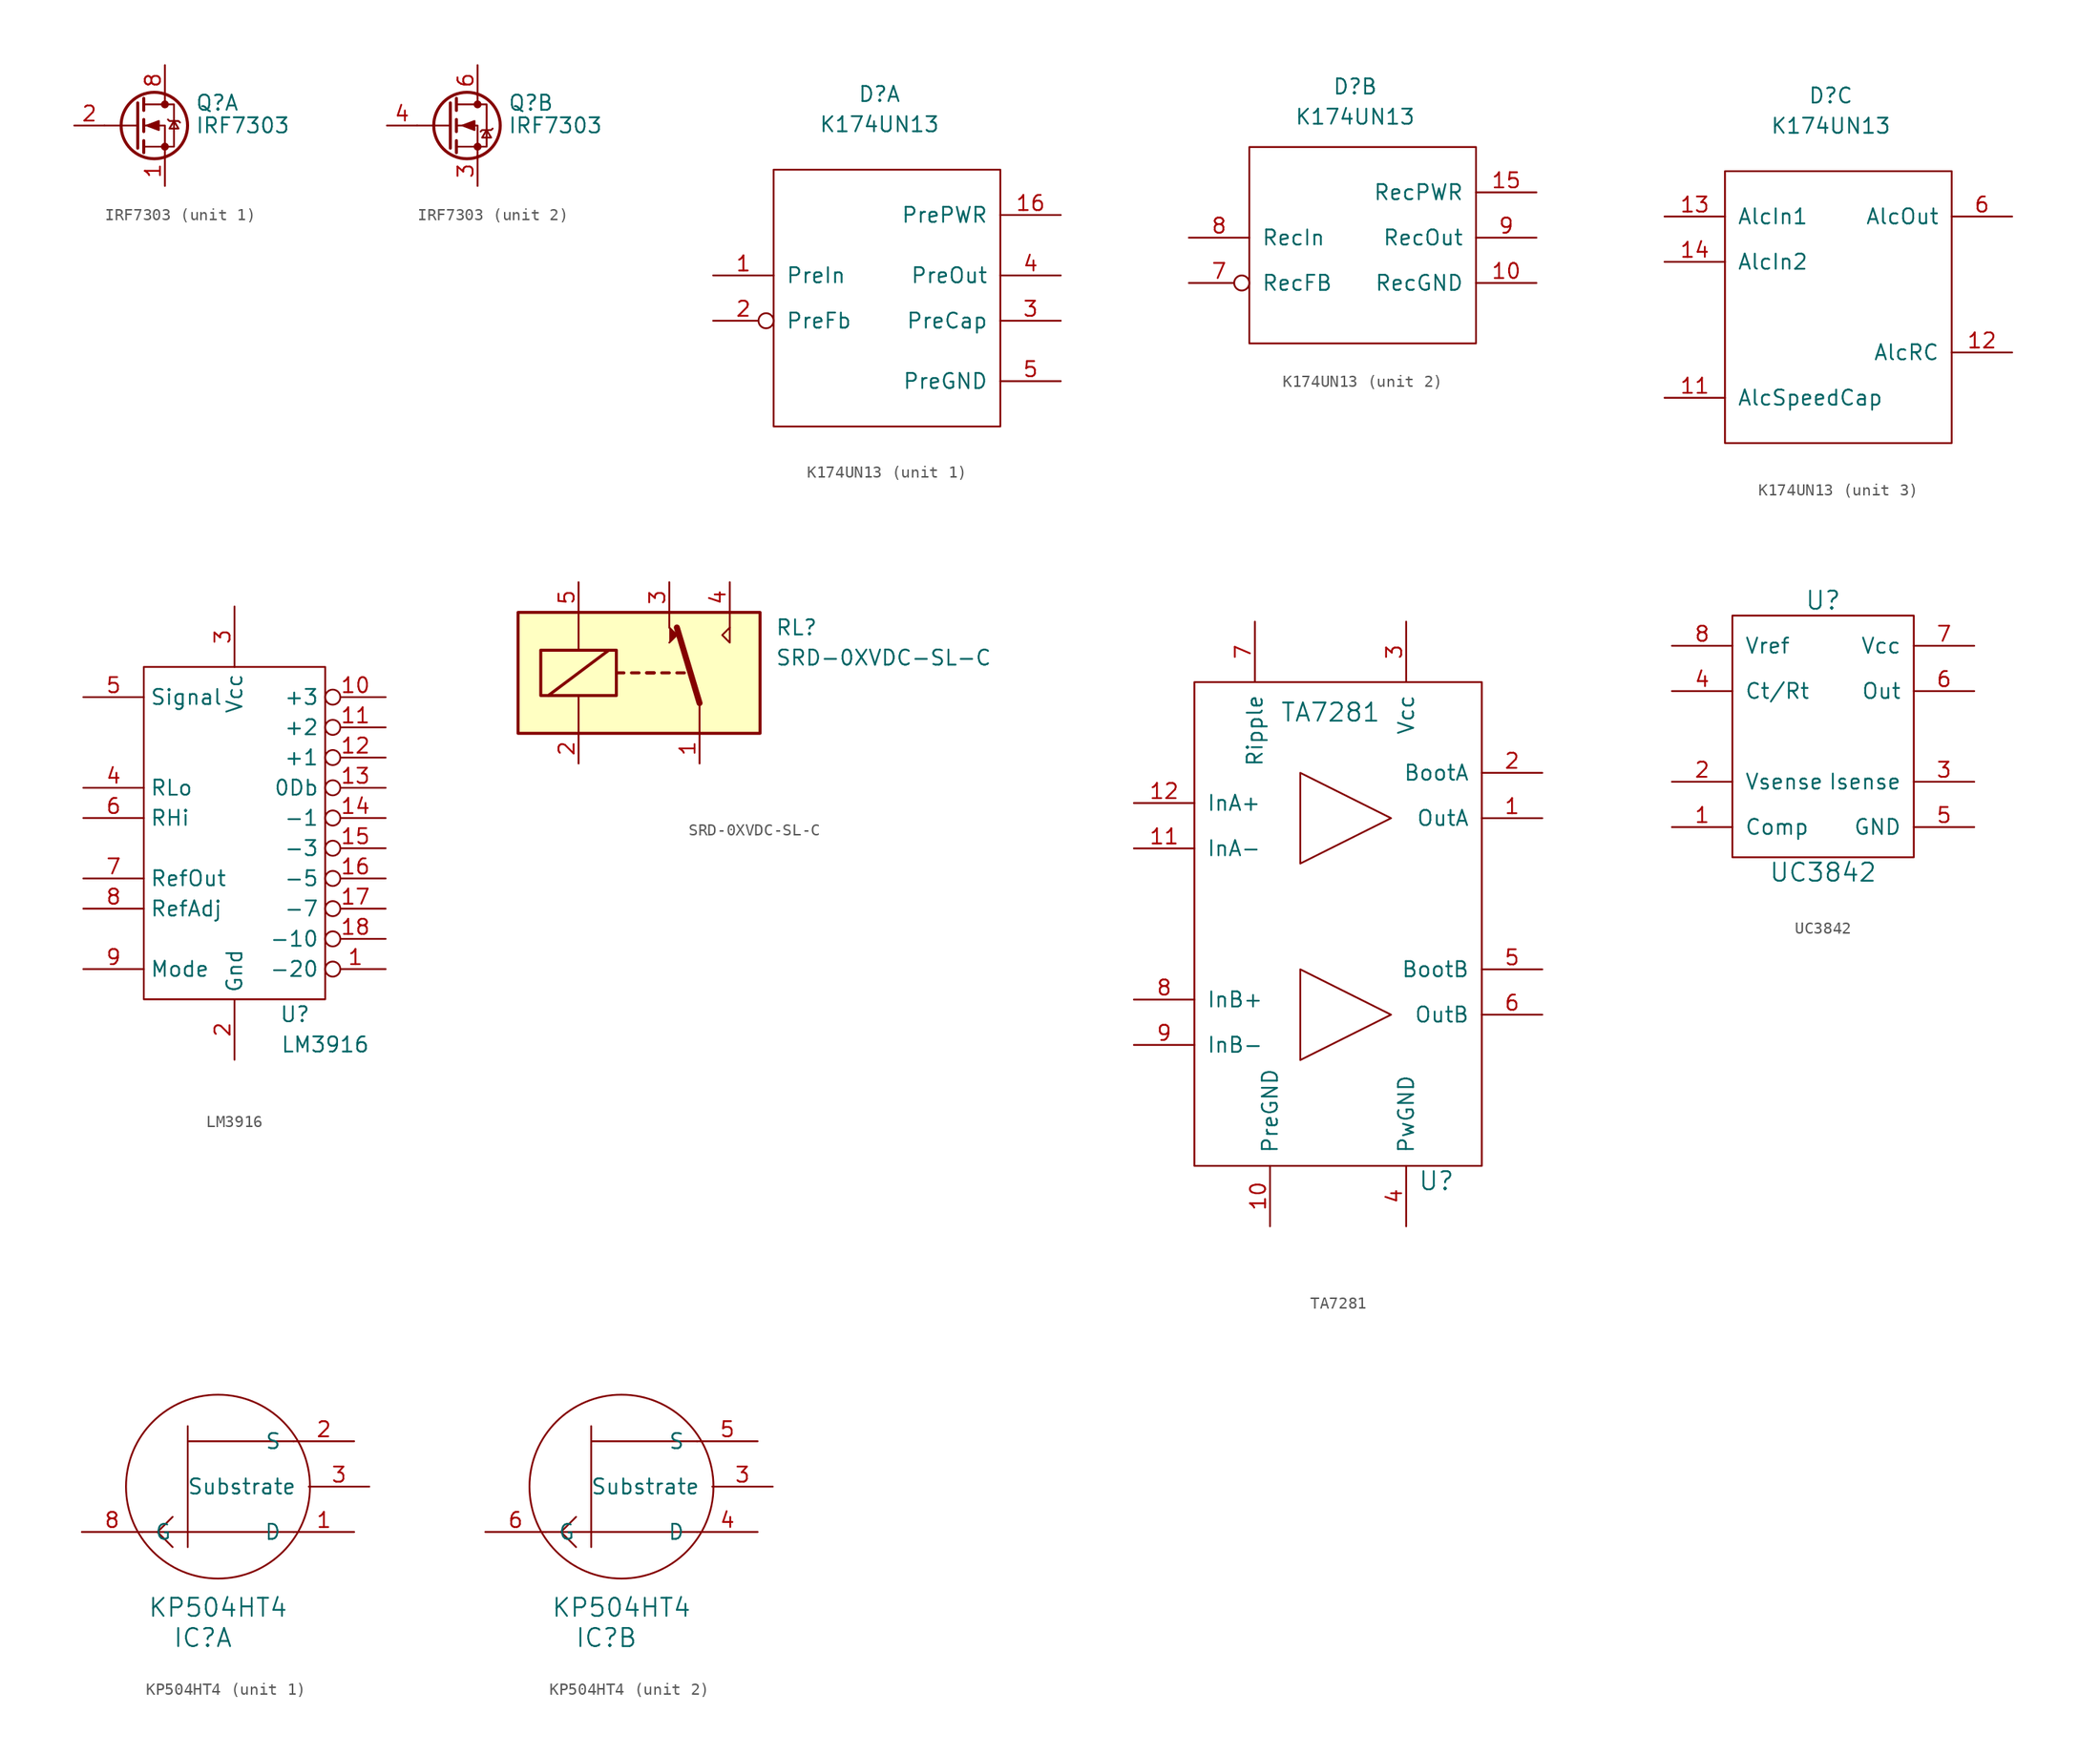
<source format=kicad_sym>
(kicad_symbol_lib
  (version 20211014)
  (generator kicad_symbol_editor)
  (symbol "IRF7303"
    (pin_names hide)
    (property "Reference" "Q"
      (at 5.08 1.905 0)
      (effects (font (size 1.27 1.27)) (justify left)))
    (property "Value" "IRF7303"
      (at 5.08 0 0)
      (effects (font (size 1.27 1.27)) (justify left)))
    (symbol "IRF7303_0_1"
      (polyline (pts (xy 0.254 0) (xy -2.54 0)) (stroke (width 0) (type default) (color 0 0 0 0)) (fill (type none)))
      (polyline (pts (xy 0.254 1.905) (xy 0.254 -1.905)) (stroke (width 0.254) (type default) (color 0 0 0 0)) (fill (type none)))
      (polyline (pts (xy 0.762 -1.27) (xy 0.762 -2.286)) (stroke (width 0.254) (type default) (color 0 0 0 0)) (fill (type none)))
      (polyline (pts (xy 0.762 0.508) (xy 0.762 -0.508)) (stroke (width 0.254) (type default) (color 0 0 0 0)) (fill (type none)))
      (polyline (pts (xy 0.762 2.286) (xy 0.762 1.27)) (stroke (width 0.254) (type default) (color 0 0 0 0)) (fill (type none)))
      (polyline (pts (xy 2.54 2.54) (xy 2.54 1.778)) (stroke (width 0) (type default) (color 0 0 0 0)) (fill (type none)))
      (polyline (pts (xy 2.54 -2.54) (xy 2.54 0) (xy 0.762 0)) (stroke (width 0) (type default) (color 0 0 0 0)) (fill (type none)))
      (polyline (pts (xy 0.762 -1.778) (xy 3.302 -1.778) (xy 3.302 1.778) (xy 0.762 1.778)) (stroke (width 0) (type default) (color 0 0 0 0)) (fill (type none)))
      (circle (center 1.651 0) (radius 2.794) (stroke (width 0.254) (type default) (color 0 0 0 0)) (fill (type none)))
      (circle (center 2.54 -1.778) (radius 0.254) (stroke (width 0) (type default) (color 0 0 0 0)) (fill (type outline)))
      (circle (center 2.54 1.778) (radius 0.254) (stroke (width 0) (type default) (color 0 0 0 0)) (fill (type outline))))
    (symbol "IRF7303_1_1"
      (polyline (pts (xy 1.016 0) (xy 2.032 0.381) (xy 2.032 -0.381) (xy 1.016 0)) (stroke (width 0) (type default) (color 0 0 0 0)) (fill (type outline)))
      (polyline (pts (xy 2.794 0.508) (xy 2.921 0.381) (xy 3.683 0.381) (xy 3.81 0.254)) (stroke (width 0) (type default) (color 0 0 0 0)) (fill (type none)))
      (polyline (pts (xy 3.302 0.381) (xy 2.921 -0.254) (xy 3.683 -0.254) (xy 3.302 0.381)) (stroke (width 0) (type default) (color 0 0 0 0)) (fill (type none)))
      (pin passive line (at 2.54 -5.08 90) (length 2.54) (name "S" (effects (font (size 1.27 1.27)))) (number "1" (effects (font (size 1.27 1.27)))))
      (pin input line (at -5.08 0 0) (length 2.54) (name "G" (effects (font (size 1.27 1.27)))) (number "2" (effects (font (size 1.27 1.27)))))
      (pin passive line (at 2.54 5.08 270) (length 2.54) hide (name "D" (effects (font (size 1.27 1.27)))) (number "7" (effects (font (size 1.27 1.27)))))
      (pin passive line (at 2.54 5.08 270) (length 2.54) (name "D" (effects (font (size 1.27 1.27)))) (number "8" (effects (font (size 1.27 1.27))))))
    (symbol "IRF7303_2_1"
      (polyline (pts (xy 1.27 0) (xy 2.286 0.381) (xy 2.286 -0.381) (xy 1.27 0)) (stroke (width 0) (type default) (color 0 0 0 0)) (fill (type outline)))
      (polyline (pts (xy 2.794 -0.508) (xy 2.921 -0.381) (xy 3.683 -0.381) (xy 3.81 -0.254)) (stroke (width 0) (type default) (color 0 0 0 0)) (fill (type none)))
      (polyline (pts (xy 3.302 -0.381) (xy 2.921 -1.016) (xy 3.683 -1.016) (xy 3.302 -0.381)) (stroke (width 0) (type default) (color 0 0 0 0)) (fill (type none)))
      (pin passive line (at 2.54 -5.08 90) (length 2.54) (name "1" (effects (font (size 1.27 1.27)))) (number "3" (effects (font (size 1.27 1.27)))))
      (pin input line (at -5.08 0 0) (length 2.54) (name "G" (effects (font (size 1.27 1.27)))) (number "4" (effects (font (size 1.27 1.27)))))
      (pin passive line (at 2.54 5.08 270) (length 2.54) hide (name "D" (effects (font (size 1.27 1.27)))) (number "5" (effects (font (size 1.27 1.27)))))
      (pin passive line (at 2.54 5.08 270) (length 2.54) (name "D" (effects (font (size 1.27 1.27)))) (number "6" (effects (font (size 1.27 1.27)))))))
  (symbol "K174UN13"
    (pin_names
      (offset 1.016))
    (property "Reference" "D"
      (at 0 21.59 0)
      (effects (font (size 1.27 1.27))))
    (property "Value" "K174UN13"
      (at 0 19.05 0)
      (effects (font (size 1.27 1.27))))
    (property "ki_locked" ""
      (at 0 0 0)
      (effects (font (size 1.27 1.27))))
    (symbol "K174UN13_1_1"
      (rectangle (start -8.89 15.24) (end 10.16 -6.35) (stroke (width 0) (type default) (color 0 0 0 0)) (fill (type none)))
      (pin input line (at -13.97 6.35 0) (length 5.08) (name "PreIn" (effects (font (size 1.27 1.27)))) (number "1" (effects (font (size 1.27 1.27)))))
      (pin power_in line (at 15.24 11.43 180) (length 5.08) (name "PrePWR" (effects (font (size 1.27 1.27)))) (number "16" (effects (font (size 1.27 1.27)))))
      (pin input inverted (at -13.97 2.54 0) (length 5.08) (name "PreFb" (effects (font (size 1.27 1.27)))) (number "2" (effects (font (size 1.27 1.27)))))
      (pin output line (at 15.24 2.54 180) (length 5.08) (name "PreCap" (effects (font (size 1.27 1.27)))) (number "3" (effects (font (size 1.27 1.27)))))
      (pin output line (at 15.24 6.35 180) (length 5.08) (name "PreOut" (effects (font (size 1.27 1.27)))) (number "4" (effects (font (size 1.27 1.27)))))
      (pin power_in line (at 15.24 -2.54 180) (length 5.08) (name "PreGND" (effects (font (size 1.27 1.27)))) (number "5" (effects (font (size 1.27 1.27))))))
    (symbol "K174UN13_2_1"
      (rectangle (start 10.16 0) (end -8.89 16.51) (stroke (width 0) (type default) (color 0 0 0 0)) (fill (type none)))
      (pin power_in line (at 15.24 5.08 180) (length 5.08) (name "RecGND" (effects (font (size 1.27 1.27)))) (number "10" (effects (font (size 1.27 1.27)))))
      (pin power_in line (at 15.24 12.7 180) (length 5.08) (name "RecPWR" (effects (font (size 1.27 1.27)))) (number "15" (effects (font (size 1.27 1.27)))))
      (pin input inverted (at -13.97 5.08 0) (length 5.08) (name "RecFB" (effects (font (size 1.27 1.27)))) (number "7" (effects (font (size 1.27 1.27)))))
      (pin input line (at -13.97 8.89 0) (length 5.08) (name "RecIn" (effects (font (size 1.27 1.27)))) (number "8" (effects (font (size 1.27 1.27)))))
      (pin output line (at 15.24 8.89 180) (length 5.08) (name "RecOut" (effects (font (size 1.27 1.27)))) (number "9" (effects (font (size 1.27 1.27))))))
    (symbol "K174UN13_3_1"
      (rectangle (start -8.89 15.24) (end 10.16 -7.62) (stroke (width 0) (type default) (color 0 0 0 0)) (fill (type none)))
      (pin bidirectional line (at -13.97 -3.81 0) (length 5.08) (name "AlcSpeedCap" (effects (font (size 1.27 1.27)))) (number "11" (effects (font (size 1.27 1.27)))))
      (pin output line (at 15.24 0 180) (length 5.08) (name "AlcRC" (effects (font (size 1.27 1.27)))) (number "12" (effects (font (size 1.27 1.27)))))
      (pin input line (at -13.97 11.43 0) (length 5.08) (name "AlcIn1" (effects (font (size 1.27 1.27)))) (number "13" (effects (font (size 1.27 1.27)))))
      (pin input line (at -13.97 7.62 0) (length 5.08) (name "AlcIn2" (effects (font (size 1.27 1.27)))) (number "14" (effects (font (size 1.27 1.27)))))
      (pin open_collector line (at 15.24 11.43 180) (length 5.08) (name "AlcOut" (effects (font (size 1.27 1.27)))) (number "6" (effects (font (size 1.27 1.27)))))))
  (symbol "LM3916"
    (property "Reference" "U"
      (at 5.08 -15.24 0)
      (effects (font (size 1.27 1.27))))
    (property "Value" "LM3916"
      (at 7.62 -17.78 0)
      (effects (font (size 1.27 1.27))))
    (symbol "LM3916_0_1"
      (rectangle (start 7.62 13.97) (end -7.62 -13.97) (stroke (width 0) (type default) (color 0 0 0 0)) (fill (type none))))
    (symbol "LM3916_1_1"
      (pin output inverted (at 12.7 -11.43 180) (length 5.08) (name "-20" (effects (font (size 1.27 1.27)))) (number "1" (effects (font (size 1.27 1.27)))))
      (pin output inverted (at 12.7 11.43 180) (length 5.08) (name "+3" (effects (font (size 1.27 1.27)))) (number "10" (effects (font (size 1.27 1.27)))))
      (pin output inverted (at 12.7 8.89 180) (length 5.08) (name "+2" (effects (font (size 1.27 1.27)))) (number "11" (effects (font (size 1.27 1.27)))))
      (pin output inverted (at 12.7 6.35 180) (length 5.08) (name "+1" (effects (font (size 1.27 1.27)))) (number "12" (effects (font (size 1.27 1.27)))))
      (pin output inverted (at 12.7 3.81 180) (length 5.08) (name "0Db" (effects (font (size 1.27 1.27)))) (number "13" (effects (font (size 1.27 1.27)))))
      (pin output inverted (at 12.7 1.27 180) (length 5.08) (name "-1" (effects (font (size 1.27 1.27)))) (number "14" (effects (font (size 1.27 1.27)))))
      (pin output inverted (at 12.7 -1.27 180) (length 5.08) (name "-3" (effects (font (size 1.27 1.27)))) (number "15" (effects (font (size 1.27 1.27)))))
      (pin output inverted (at 12.7 -3.81 180) (length 5.08) (name "-5" (effects (font (size 1.27 1.27)))) (number "16" (effects (font (size 1.27 1.27)))))
      (pin output inverted (at 12.7 -6.35 180) (length 5.08) (name "-7" (effects (font (size 1.27 1.27)))) (number "17" (effects (font (size 1.27 1.27)))))
      (pin output inverted (at 12.7 -8.89 180) (length 5.08) (name "-10" (effects (font (size 1.27 1.27)))) (number "18" (effects (font (size 1.27 1.27)))))
      (pin power_in line (at 0 -19.05 90) (length 5.08) (name "Gnd" (effects (font (size 1.27 1.27)))) (number "2" (effects (font (size 1.27 1.27)))))
      (pin power_in line (at 0 19.05 270) (length 5.08) (name "Vcc" (effects (font (size 1.27 1.27)))) (number "3" (effects (font (size 1.27 1.27)))))
      (pin input line (at -12.7 3.81 0) (length 5.08) (name "RLo" (effects (font (size 1.27 1.27)))) (number "4" (effects (font (size 1.27 1.27)))))
      (pin input line (at -12.7 11.43 0) (length 5.08) (name "Signal" (effects (font (size 1.27 1.27)))) (number "5" (effects (font (size 1.27 1.27)))))
      (pin input line (at -12.7 1.27 0) (length 5.08) (name "RHi" (effects (font (size 1.27 1.27)))) (number "6" (effects (font (size 1.27 1.27)))))
      (pin output line (at -12.7 -3.81 0) (length 5.08) (name "RefOut" (effects (font (size 1.27 1.27)))) (number "7" (effects (font (size 1.27 1.27)))))
      (pin input line (at -12.7 -6.35 0) (length 5.08) (name "RefAdj" (effects (font (size 1.27 1.27)))) (number "8" (effects (font (size 1.27 1.27)))))
      (pin input line (at -12.7 -11.43 0) (length 5.08) (name "Mode" (effects (font (size 1.27 1.27)))) (number "9" (effects (font (size 1.27 1.27)))))))
  (symbol "SRD-0XVDC-SL-C"
    (pin_names
      (offset 1.016))
    (property "Reference" "RL"
      (at 16.51 8.89 0)
      (effects (font (size 1.27 1.27)) (justify left)))
    (property "Value" "SRD-0XVDC-SL-C"
      (at 16.51 6.35 0)
      (effects (font (size 1.27 1.27)) (justify left)))
    (property "Datasheet" ""
      (at 5.08 -5.08 0)
      (effects (font (size 1.27 1.27))))
    (symbol "SRD-0XVDC-SL-C_0_0"
      (polyline (pts (xy 7.62 8.89) (xy 7.62 10.16)) (stroke (width 0) (type default) (color 0 0 0 0)) (fill (type none)))
      (polyline (pts (xy 12.7 8.89) (xy 12.7 10.16)) (stroke (width 0) (type default) (color 0 0 0 0)) (fill (type none)))
      (polyline (pts (xy 12.7 8.89) (xy 12.7 7.62) (xy 12.065 8.255) (xy 12.7 8.89)) (stroke (width 0) (type default) (color 0 0 0 0)) (fill (type none))))
    (symbol "SRD-0XVDC-SL-C_0_1"
      (rectangle (start -5.08 10.16) (end 15.24 0) (stroke (width 0.254) (type default) (color 0 0 0 0)) (fill (type background)))
      (rectangle (start -3.175 6.985) (end 3.175 3.175) (stroke (width 0.254) (type default) (color 0 0 0 0)) (fill (type none)))
      (polyline (pts (xy -2.54 3.175) (xy 2.54 6.985)) (stroke (width 0.254) (type default) (color 0 0 0 0)) (fill (type none)))
      (polyline (pts (xy 0 0) (xy 0 3.175)) (stroke (width 0) (type default) (color 0 0 0 0)) (fill (type none)))
      (polyline (pts (xy 0 10.16) (xy 0 6.985)) (stroke (width 0) (type default) (color 0 0 0 0)) (fill (type none)))
      (polyline (pts (xy 3.175 5.08) (xy 3.81 5.08)) (stroke (width 0.254) (type default) (color 0 0 0 0)) (fill (type none)))
      (polyline (pts (xy 4.445 5.08) (xy 5.08 5.08)) (stroke (width 0.254) (type default) (color 0 0 0 0)) (fill (type none)))
      (polyline (pts (xy 5.715 5.08) (xy 6.35 5.08)) (stroke (width 0.254) (type default) (color 0 0 0 0)) (fill (type none)))
      (polyline (pts (xy 5.715 5.08) (xy 6.35 5.08)) (stroke (width 0.254) (type default) (color 0 0 0 0)) (fill (type none)))
      (polyline (pts (xy 6.985 5.08) (xy 7.62 5.08)) (stroke (width 0.254) (type default) (color 0 0 0 0)) (fill (type none)))
      (polyline (pts (xy 8.255 5.08) (xy 8.89 5.08)) (stroke (width 0.254) (type default) (color 0 0 0 0)) (fill (type none)))
      (polyline (pts (xy 10.16 2.54) (xy 8.255 8.89)) (stroke (width 0.508) (type default) (color 0 0 0 0)) (fill (type none)))
      (polyline (pts (xy 10.16 2.54) (xy 10.16 0)) (stroke (width 0) (type default) (color 0 0 0 0)) (fill (type none)))
      (polyline (pts (xy 7.62 7.62) (xy 8.255 8.255) (xy 7.62 8.89)) (stroke (width 0) (type default) (color 0 0 0 0)) (fill (type outline))))
    (symbol "SRD-0XVDC-SL-C_1_1"
      (pin passive line (at 10.16 -2.54 90) (length 2.54) (name "~" (effects (font (size 1.27 1.27)))) (number "1" (effects (font (size 1.27 1.27)))))
      (pin passive line (at 0 -2.54 90) (length 2.54) (name "~" (effects (font (size 1.27 1.27)))) (number "2" (effects (font (size 1.27 1.27)))))
      (pin passive line (at 7.62 12.7 270) (length 2.54) (name "~" (effects (font (size 1.27 1.27)))) (number "3" (effects (font (size 1.27 1.27)))))
      (pin passive line (at 12.7 12.7 270) (length 2.54) (name "~" (effects (font (size 1.27 1.27)))) (number "4" (effects (font (size 1.27 1.27)))))
      (pin passive line (at 0 12.7 270) (length 2.54) (name "~" (effects (font (size 1.27 1.27)))) (number "5" (effects (font (size 1.27 1.27)))))))
  (symbol "TA7281"
    (pin_names
      (offset 1.016))
    (property "Reference" "U"
      (at 11.43 -21.59 0)
      (effects (font (size 1.524 1.524))))
    (property "Value" "TA7281"
      (at 2.54 17.78 0)
      (effects (font (size 1.524 1.524))))
    (symbol "TA7281_0_1"
      (polyline (pts (xy 0 -3.81) (xy 7.62 -7.62) (xy 0 -11.43) (xy 0 -3.81)) (stroke (width 0) (type default) (color 0 0 0 0)) (fill (type none)))
      (polyline (pts (xy 0 12.7) (xy 7.62 8.89) (xy 0 5.08) (xy 0 12.7)) (stroke (width 0) (type default) (color 0 0 0 0)) (fill (type none)))
      (rectangle (start 15.24 -20.32) (end -8.89 20.32) (stroke (width 0) (type default) (color 0 0 0 0)) (fill (type none))))
    (symbol "TA7281_1_1"
      (pin output line (at 20.32 8.89 180) (length 5.08) (name "OutA" (effects (font (size 1.27 1.27)))) (number "1" (effects (font (size 1.27 1.27)))))
      (pin power_in line (at -2.54 -25.4 90) (length 5.08) (name "PreGND" (effects (font (size 1.27 1.27)))) (number "10" (effects (font (size 1.27 1.27)))))
      (pin input line (at -13.97 6.35 0) (length 5.08) (name "InA-" (effects (font (size 1.27 1.27)))) (number "11" (effects (font (size 1.27 1.27)))))
      (pin input line (at -13.97 10.16 0) (length 5.08) (name "InA+" (effects (font (size 1.27 1.27)))) (number "12" (effects (font (size 1.27 1.27)))))
      (pin input line (at 20.32 12.7 180) (length 5.08) (name "BootA" (effects (font (size 1.27 1.27)))) (number "2" (effects (font (size 1.27 1.27)))))
      (pin power_in line (at 8.89 25.4 270) (length 5.08) (name "Vcc" (effects (font (size 1.27 1.27)))) (number "3" (effects (font (size 1.27 1.27)))))
      (pin power_in line (at 8.89 -25.4 90) (length 5.08) (name "PwGND" (effects (font (size 1.27 1.27)))) (number "4" (effects (font (size 1.27 1.27)))))
      (pin input line (at 20.32 -3.81 180) (length 5.08) (name "BootB" (effects (font (size 1.27 1.27)))) (number "5" (effects (font (size 1.27 1.27)))))
      (pin output line (at 20.32 -7.62 180) (length 5.08) (name "OutB" (effects (font (size 1.27 1.27)))) (number "6" (effects (font (size 1.27 1.27)))))
      (pin output line (at -3.81 25.4 270) (length 5.08) (name "Ripple" (effects (font (size 1.27 1.27)))) (number "7" (effects (font (size 1.27 1.27)))))
      (pin input line (at -13.97 -6.35 0) (length 5.08) (name "InB+" (effects (font (size 1.27 1.27)))) (number "8" (effects (font (size 1.27 1.27)))))
      (pin input line (at -13.97 -10.16 0) (length 5.08) (name "InB-" (effects (font (size 1.27 1.27)))) (number "9" (effects (font (size 1.27 1.27)))))))
  (symbol "UC3842"
    (pin_names
      (offset 1.016))
    (property "Reference" "U"
      (at 0 22.86 0)
      (effects (font (size 1.524 1.524))))
    (property "Value" "UC3842"
      (at 0 0 0)
      (effects (font (size 1.524 1.524))))
    (symbol "UC3842_0_1"
      (rectangle (start -7.62 21.59) (end 7.62 1.27) (stroke (width 0) (type default) (color 0 0 0 0)) (fill (type none))))
    (symbol "UC3842_1_1"
      (pin output line (at -12.7 3.81 0) (length 5.08) (name "Comp" (effects (font (size 1.27 1.27)))) (number "1" (effects (font (size 1.27 1.27)))))
      (pin input line (at -12.7 7.62 0) (length 5.08) (name "Vsense" (effects (font (size 1.27 1.27)))) (number "2" (effects (font (size 1.27 1.27)))))
      (pin input line (at 12.7 7.62 180) (length 5.08) (name "Isense" (effects (font (size 1.27 1.27)))) (number "3" (effects (font (size 1.27 1.27)))))
      (pin output line (at -12.7 15.24 0) (length 5.08) (name "Ct/Rt" (effects (font (size 1.27 1.27)))) (number "4" (effects (font (size 1.27 1.27)))))
      (pin power_in line (at 12.7 3.81 180) (length 5.08) (name "GND" (effects (font (size 1.27 1.27)))) (number "5" (effects (font (size 1.27 1.27)))))
      (pin output line (at 12.7 15.24 180) (length 5.08) (name "Out" (effects (font (size 1.27 1.27)))) (number "6" (effects (font (size 1.27 1.27)))))
      (pin power_in line (at 12.7 19.05 180) (length 5.08) (name "Vcc" (effects (font (size 1.27 1.27)))) (number "7" (effects (font (size 1.27 1.27)))))
      (pin output line (at -12.7 19.05 0) (length 5.08) (name "Vref" (effects (font (size 1.27 1.27)))) (number "8" (effects (font (size 1.27 1.27)))))))
  (symbol "КР504НТ4"
    (pin_names
      (offset 1.016))
    (property "Reference" "IC"
      (at -1.27 -2.54 0)
      (effects (font (size 1.524 1.524))))
    (property "Value" "КР504НТ4"
      (at 0 0 0)
      (effects (font (size 1.524 1.524))))
    (symbol "КР504НТ4_0_1"
      (polyline (pts (xy -6.35 6.35) (xy -2.54 6.35)) (stroke (width 0) (type default) (color 0 0 0 0)) (fill (type none)))
      (polyline (pts (xy -5.08 6.35) (xy -3.81 5.08)) (stroke (width 0) (type default) (color 0 0 0 0)) (fill (type none)))
      (polyline (pts (xy -5.08 6.35) (xy -3.81 7.62)) (stroke (width 0) (type default) (color 0 0 0 0)) (fill (type none)))
      (polyline (pts (xy -2.54 15.24) (xy -2.54 5.08)) (stroke (width 0) (type default) (color 0 0 0 0)) (fill (type none)))
      (polyline (pts (xy 6.35 6.35) (xy -2.54 6.35)) (stroke (width 0) (type default) (color 0 0 0 0)) (fill (type none)))
      (polyline (pts (xy 6.35 13.97) (xy -2.54 13.97)) (stroke (width 0) (type default) (color 0 0 0 0)) (fill (type none)))
      (circle (center 0 10.16) (radius 7.722) (stroke (width 0) (type default) (color 0 0 0 0)) (fill (type none)))
      (pin power_in line (at 12.7 10.16 180) (length 5.08) (name "Substrate" (effects (font (size 1.27 1.27)))) (number "3" (effects (font (size 1.27 1.27))))))
    (symbol "КР504НТ4_1_1"
      (pin open_emitter line (at 11.43 6.35 180) (length 5.08) (name "D" (effects (font (size 1.27 1.27)))) (number "1" (effects (font (size 1.27 1.27)))))
      (pin open_collector line (at 11.43 13.97 180) (length 5.08) (name "S" (effects (font (size 1.27 1.27)))) (number "2" (effects (font (size 1.27 1.27)))))
      (pin input line (at -11.43 6.35 0) (length 5.08) (name "G" (effects (font (size 1.27 1.27)))) (number "8" (effects (font (size 1.27 1.27))))))
    (symbol "КР504НТ4_2_1"
      (pin open_emitter line (at 11.43 6.35 180) (length 5.08) (name "D" (effects (font (size 1.27 1.27)))) (number "4" (effects (font (size 1.27 1.27)))))
      (pin open_collector line (at 11.43 13.97 180) (length 5.08) (name "S" (effects (font (size 1.27 1.27)))) (number "5" (effects (font (size 1.27 1.27)))))
      (pin input line (at -11.43 6.35 0) (length 5.08) (name "G" (effects (font (size 1.27 1.27)))) (number "6" (effects (font (size 1.27 1.27))))))))
</source>
